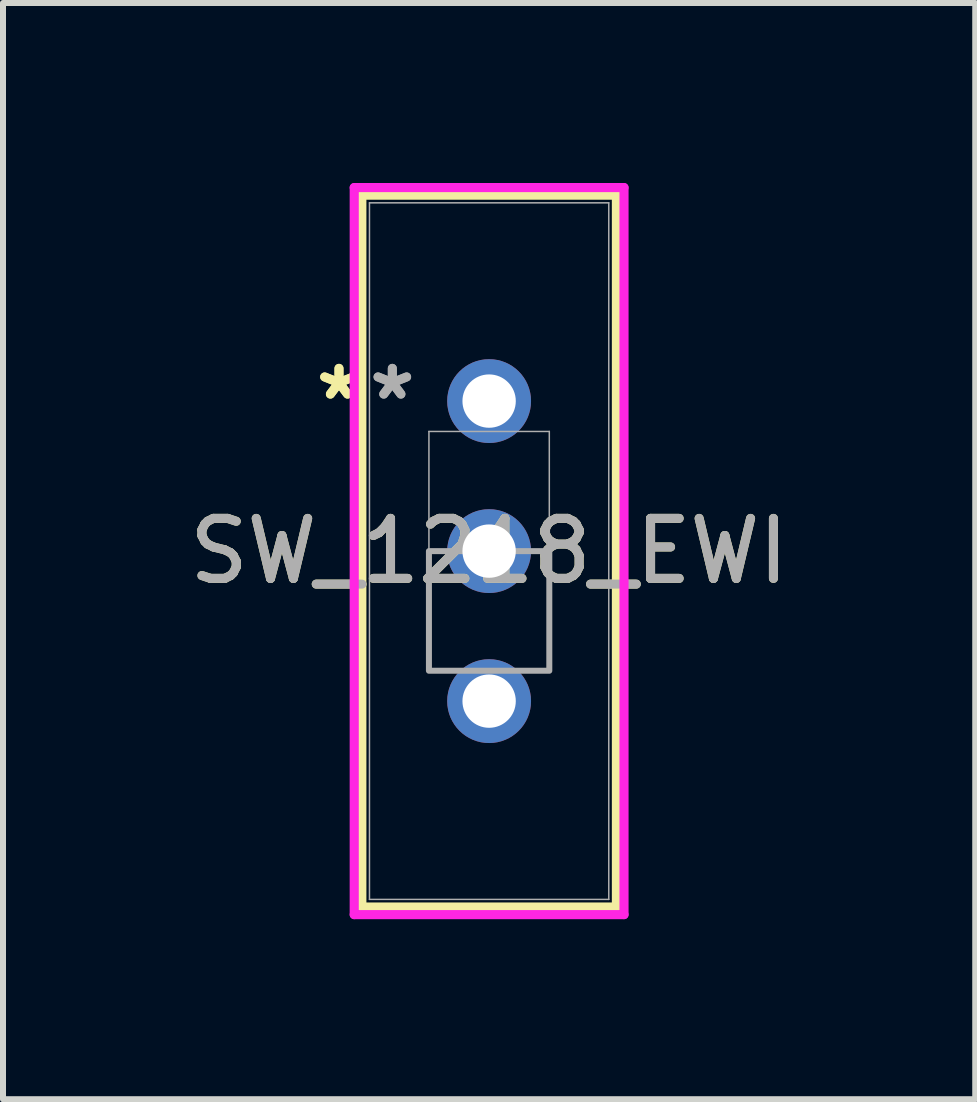
<source format=kicad_pcb>
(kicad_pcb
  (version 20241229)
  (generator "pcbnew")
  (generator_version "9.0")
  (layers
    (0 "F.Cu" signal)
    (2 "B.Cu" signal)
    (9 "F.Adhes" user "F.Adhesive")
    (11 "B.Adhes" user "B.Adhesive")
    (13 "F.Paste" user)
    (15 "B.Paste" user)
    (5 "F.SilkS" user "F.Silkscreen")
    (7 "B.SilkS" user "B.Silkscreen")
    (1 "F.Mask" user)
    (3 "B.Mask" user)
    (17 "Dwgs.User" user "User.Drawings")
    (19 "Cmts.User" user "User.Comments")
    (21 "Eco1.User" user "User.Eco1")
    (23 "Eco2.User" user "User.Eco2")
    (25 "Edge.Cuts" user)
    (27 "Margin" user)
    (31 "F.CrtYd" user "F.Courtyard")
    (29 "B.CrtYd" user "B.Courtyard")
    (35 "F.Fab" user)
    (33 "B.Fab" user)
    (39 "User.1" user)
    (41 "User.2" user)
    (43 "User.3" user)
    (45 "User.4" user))
  (footprint "SW_1218_EWI"
    (layer "F.Cu")
    (at 5.101 6.134)
    (property "Reference" "SW_1218_EWI" (at 0 0 0) (unlocked yes) (layer "F.SilkS") (effects (font (size 1 1) (thickness 0.15))))
    (attr through_hole)
    (fp_line (start -2.121 -5.931) (end -2.121 5.931) (stroke (width 0.152) (type solid)) (layer "F.SilkS"))
    (fp_line (start -2.121 5.931) (end 2.121 5.931) (stroke (width 0.152) (type solid)) (layer "F.SilkS"))
    (fp_line (start 2.121 -5.931) (end -2.121 -5.931) (stroke (width 0.152) (type solid)) (layer "F.SilkS"))
    (fp_line (start 2.121 5.931) (end 2.121 -5.931) (stroke (width 0.152) (type solid)) (layer "F.SilkS"))
    (fp_line (start -2.248 -6.058) (end -2.248 6.058) (stroke (width 0.152) (type solid)) (layer "F.CrtYd"))
    (fp_line (start -2.248 6.058) (end 2.248 6.058) (stroke (width 0.152) (type solid)) (layer "F.CrtYd"))
    (fp_line (start 2.248 -6.058) (end -2.248 -6.058) (stroke (width 0.152) (type solid)) (layer "F.CrtYd"))
    (fp_line (start 2.248 6.058) (end 2.248 -6.058) (stroke (width 0.152) (type solid)) (layer "F.CrtYd"))
    (fp_line (start -1.994 -5.804) (end -1.994 5.804) (stroke (width 0.025) (type solid)) (layer "F.Fab"))
    (fp_line (start -1.994 5.804) (end 1.994 5.804) (stroke (width 0.025) (type solid)) (layer "F.Fab"))
    (fp_line (start -1.003 -1.994) (end 1.003 -1.994) (stroke (width 0.025) (type solid)) (layer "F.Fab"))
    (fp_line (start -1.003 1.994) (end -1.003 -1.994) (stroke (width 0.025) (type solid)) (layer "F.Fab"))
    (fp_line (start 1.003 -1.994) (end 1.003 1.994) (stroke (width 0.025) (type solid)) (layer "F.Fab"))
    (fp_line (start 1.003 1.994) (end -1.003 1.994) (stroke (width 0.025) (type solid)) (layer "F.Fab"))
    (fp_line (start 1.994 -5.804) (end -1.994 -5.804) (stroke (width 0.025) (type solid)) (layer "F.Fab"))
    (fp_line (start 1.994 5.804) (end 1.994 -5.804) (stroke (width 0.025) (type solid)) (layer "F.Fab"))
    (fp_poly (pts (xy -1.003 1.994) (xy -1.003 0) (xy 1.003 0) (xy 1.003 1.994)) (stroke (width 0.1) (type solid)) (fill no) (layer "F.Fab"))
    (fp_text user "*" (at -2.502 -2.5 0) (layer "F.SilkS") (effects (font (size 1 1) (thickness 0.15))))
    (fp_text user "*" (at -2.502 -2.5 0) (unlocked yes) (layer "F.SilkS") (effects (font (size 1 1) (thickness 0.15))))
    (fp_text user "*" (at -1.613 -2.5 0) (layer "F.Fab") (effects (font (size 1 1) (thickness 0.15))))
    (fp_text user "*" (at -1.613 -2.5 0) (unlocked yes) (layer "F.Fab") (effects (font (size 1 1) (thickness 0.15))))
    (fp_text user "${REFERENCE}" (at 0 0 0) (unlocked yes) (layer "F.Fab") (effects (font (size 1 1) (thickness 0.15))))
    (pad "1" thru_hole circle (at 0 -2.5) (size 1.397 1.397) (drill 0.889) (layers "*.Cu" "*.Mask"))
    (pad "2" thru_hole circle (at 0 0) (size 1.397 1.397) (drill 0.889) (layers "*.Cu" "*.Mask"))
    (pad "3" thru_hole circle (at 0 2.5) (size 1.397 1.397) (drill 0.889) (layers "*.Cu" "*.Mask")))
  (gr_rect
    (start -3 -3)
    (end 13.202 15.268)
    (stroke (width 0.1) (type default))
    (fill no)
    (layer "Edge.Cuts")))
</source>
